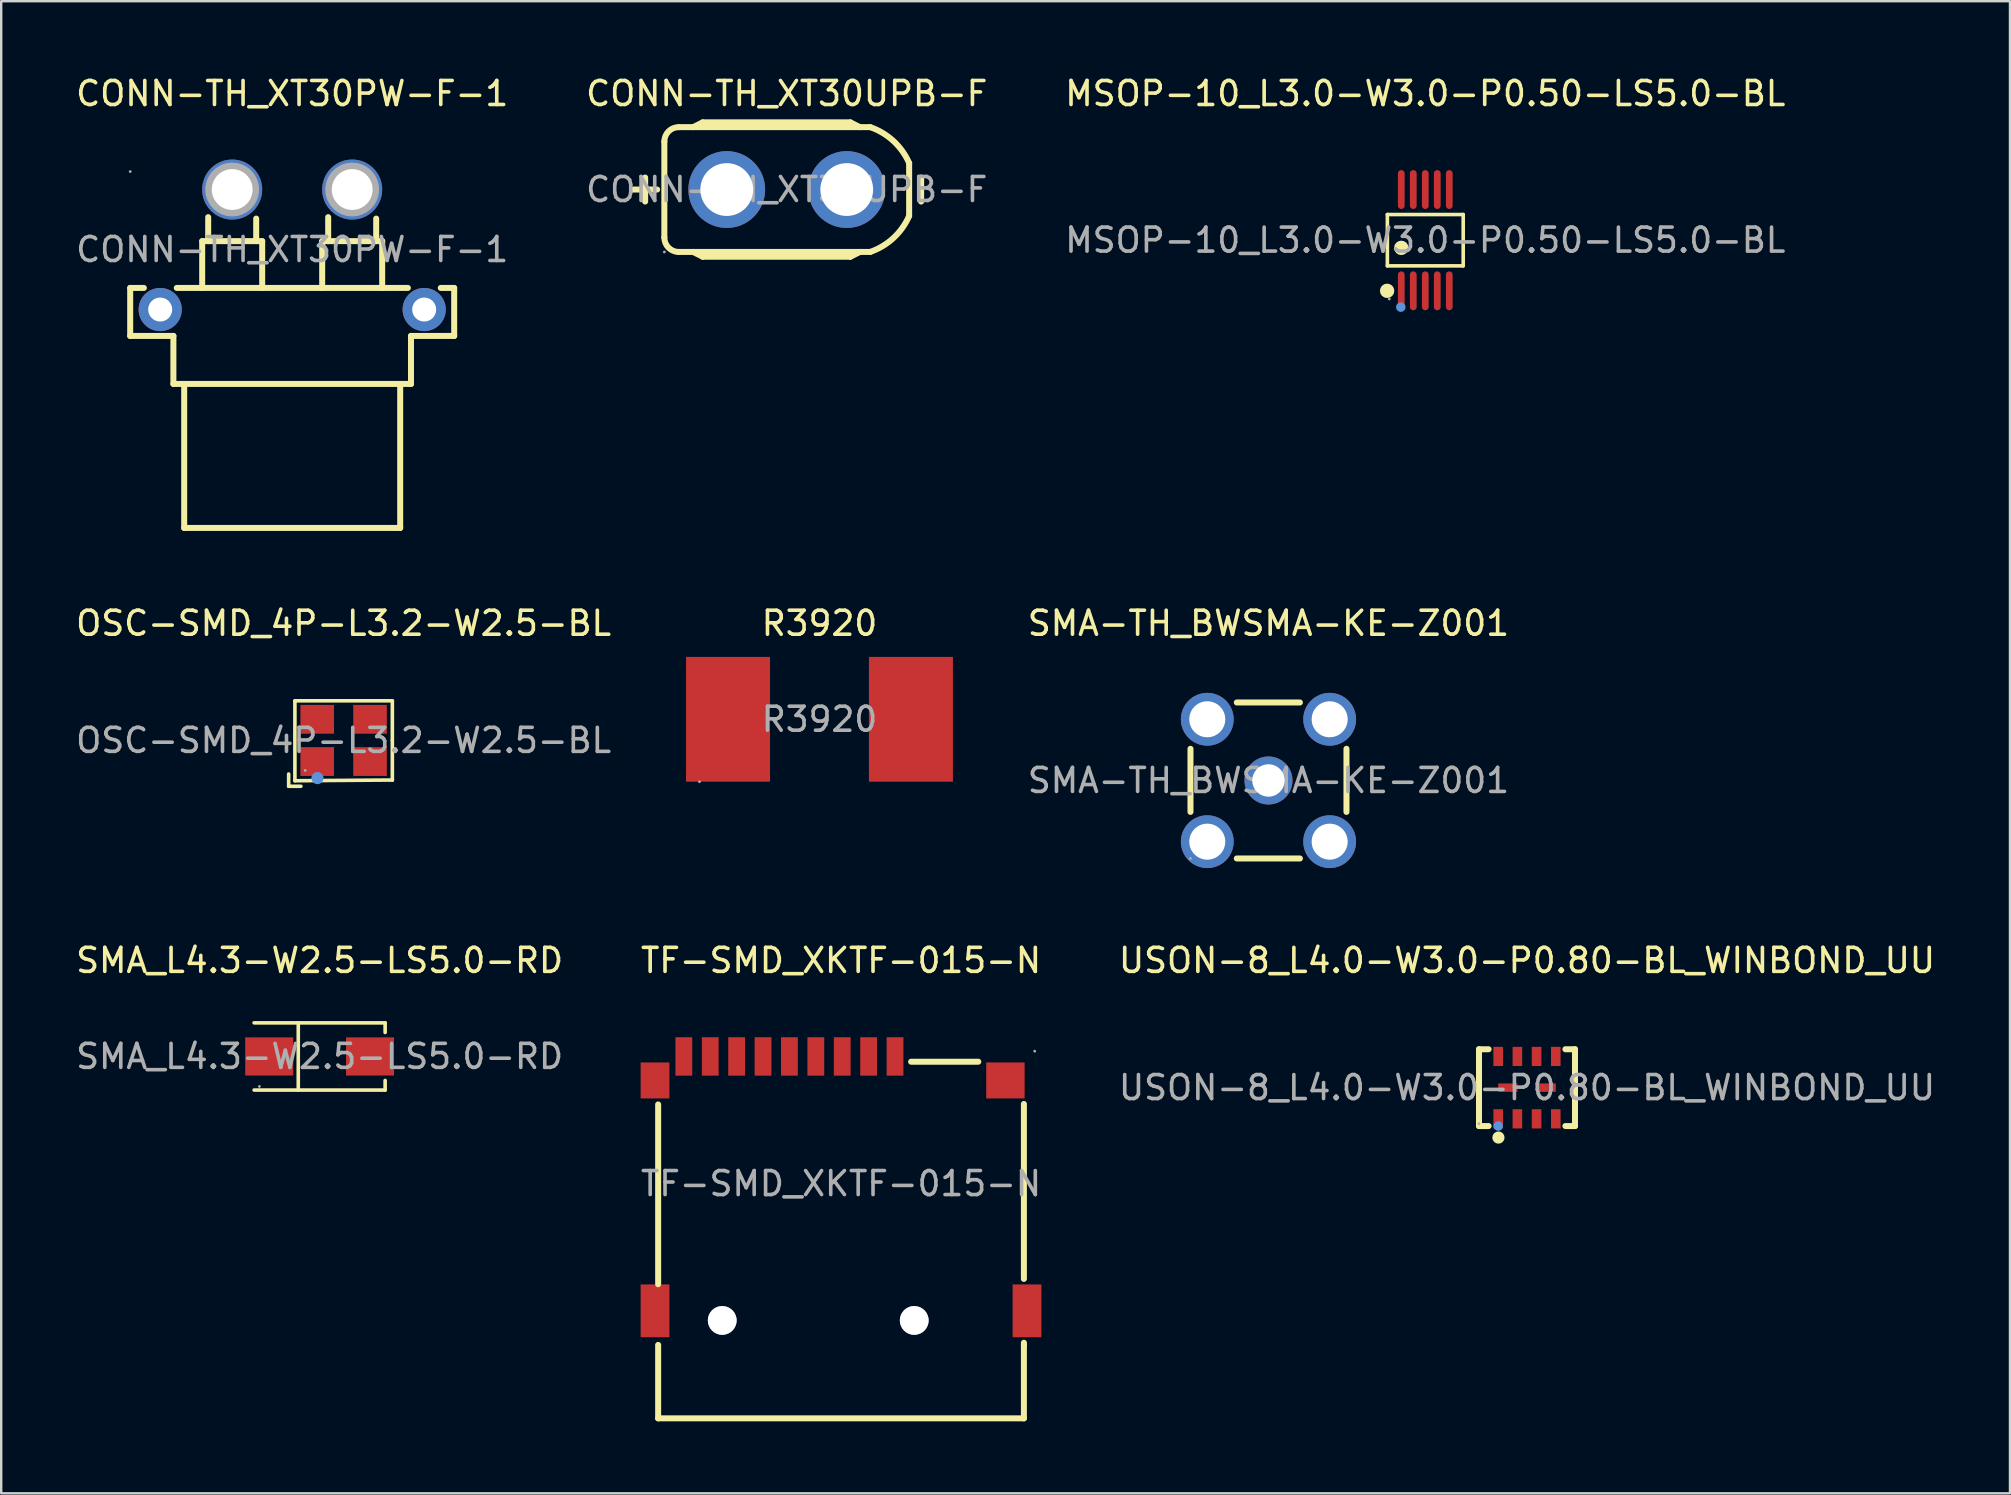
<source format=kicad_pcb>
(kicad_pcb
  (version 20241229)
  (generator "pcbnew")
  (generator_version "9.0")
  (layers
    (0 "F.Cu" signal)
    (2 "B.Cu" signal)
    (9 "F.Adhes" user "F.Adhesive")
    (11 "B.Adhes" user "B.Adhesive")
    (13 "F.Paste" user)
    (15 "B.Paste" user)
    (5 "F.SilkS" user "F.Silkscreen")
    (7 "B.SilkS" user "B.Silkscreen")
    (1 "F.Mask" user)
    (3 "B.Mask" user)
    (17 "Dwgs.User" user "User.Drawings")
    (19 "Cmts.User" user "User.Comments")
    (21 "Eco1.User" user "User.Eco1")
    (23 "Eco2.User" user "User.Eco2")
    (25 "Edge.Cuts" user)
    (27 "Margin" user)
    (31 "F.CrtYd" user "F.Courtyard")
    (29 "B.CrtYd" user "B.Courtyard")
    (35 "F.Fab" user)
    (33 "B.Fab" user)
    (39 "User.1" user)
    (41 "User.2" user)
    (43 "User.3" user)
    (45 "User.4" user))
  (footprint "R3920"
    (layer "F.Cu")
    (at 31.096 26.922)
    (property "Reference" "R3920" (at 0 -4 0) (layer "F.SilkS") (effects (font (size 1 1) (thickness 0.15))))
    (attr smd)
    (fp_circle (center -5 2.6) (end -4.97 2.6) (stroke (width 0.06) (type solid)) (fill no) (layer "F.Fab"))
    (fp_text user "${REFERENCE}" (at 0 0 0) (layer "F.Fab") (effects (font (size 1 1) (thickness 0.15))))
    (pad "1" smd rect (at -3.81 0) (size 3.5 5.2) (layers "F.Cu" "F.Mask" "F.Paste"))
    (pad "2" smd rect (at 3.81 0) (size 3.5 5.2) (layers "F.Cu" "F.Mask" "F.Paste")))
  (footprint "OSC-SMD_4P-L3.2-W2.5-BL"
    (layer "F.Cu")
    (at 11.268 27.802)
    (property "Reference" "OSC-SMD_4P-L3.2-W2.5-BL" (at 0 -4.88 0) (layer "F.SilkS") (effects (font (size 1 1) (thickness 0.15))))
    (attr smd)
    (fp_line (start -2.29 1.4) (end -2.29 1.91) (stroke (width 0.15) (type solid)) (layer "F.SilkS"))
    (fp_line (start -2.29 1.91) (end -1.78 1.91) (stroke (width 0.15) (type solid)) (layer "F.SilkS"))
    (fp_line (start -2.03 -1.65) (end 2.03 -1.65) (stroke (width 0.15) (type solid)) (layer "F.SilkS"))
    (fp_line (start -2.03 1.68) (end -2.03 -1.65) (stroke (width 0.15) (type solid)) (layer "F.SilkS"))
    (fp_line (start 2.03 -1.65) (end 2.03 0) (stroke (width 0.15) (type solid)) (layer "F.SilkS"))
    (fp_line (start 2.03 0) (end 2.03 1.65) (stroke (width 0.15) (type solid)) (layer "F.SilkS"))
    (fp_line (start 2.03 1.65) (end -2.03 1.68) (stroke (width 0.15) (type solid)) (layer "F.SilkS"))
    (fp_line (start 2.03 1.65) (end 2.03 1.65) (stroke (width 0.15) (type solid)) (layer "F.SilkS"))
    (fp_circle (center -1.09 1.57) (end -0.96 1.57) (stroke (width 0.25) (type solid)) (fill no) (layer "Cmts.User"))
    (fp_circle (center -1.6 1.25) (end -1.57 1.25) (stroke (width 0.06) (type solid)) (fill no) (layer "F.Fab"))
    (fp_text user "${REFERENCE}" (at 0 0 0) (layer "F.Fab") (effects (font (size 1 1) (thickness 0.15))))
    (pad "1" smd rect (at -1.1 0.88) (size 1.4 1.2) (layers "F.Cu" "F.Mask" "F.Paste"))
    (pad "2" smd rect (at 1.1 0.88) (size 1.4 1.2) (layers "F.Cu" "F.Mask" "F.Paste"))
    (pad "3" smd rect (at 1.1 -0.88) (size 1.4 1.2) (layers "F.Cu" "F.Mask" "F.Paste"))
    (pad "4" smd rect (at -1.1 -0.88) (size 1.4 1.2) (layers "F.Cu" "F.Mask" "F.Paste")))
  (footprint "MSOP-10_L3.0-W3.0-P0.50-LS5.0-BL"
    (layer "F.Cu")
    (at 56.339 6.958)
    (property "Reference" "MSOP-10_L3.0-W3.0-P0.50-LS5.0-BL" (at 0 -6.11 0) (layer "F.SilkS") (effects (font (size 1 1) (thickness 0.15))))
    (attr smd)
    (fp_line (start -1.58 -1.07) (end 1.58 -1.07) (stroke (width 0.15) (type solid)) (layer "F.SilkS"))
    (fp_line (start -1.58 1.07) (end -1.58 -1.07) (stroke (width 0.15) (type solid)) (layer "F.SilkS"))
    (fp_line (start 1.58 -1.07) (end 1.58 1.07) (stroke (width 0.15) (type solid)) (layer "F.SilkS"))
    (fp_line (start 1.58 1.07) (end -1.58 1.07) (stroke (width 0.15) (type solid)) (layer "F.SilkS"))
    (fp_circle (center -1.59 2.11) (end -1.44 2.11) (stroke (width 0.3) (type solid)) (fill no) (layer "F.SilkS"))
    (fp_circle (center -1 0.32) (end -0.85 0.32) (stroke (width 0.3) (type solid)) (fill no) (layer "F.SilkS"))
    (fp_circle (center -1.02 2.79) (end -0.92 2.79) (stroke (width 0.2) (type solid)) (fill no) (layer "Cmts.User"))
    (fp_circle (center -1.5 2.45) (end -1.47 2.45) (stroke (width 0.06) (type solid)) (fill no) (layer "F.Fab"))
    (fp_text user "${REFERENCE}" (at 0 0 0) (layer "F.Fab") (effects (font (size 1 1) (thickness 0.15))))
    (pad "1" smd oval (at -1 2.11) (size 0.28 1.62) (layers "F.Cu" "F.Mask" "F.Paste"))
    (pad "2" smd oval (at -0.5 2.11) (size 0.28 1.62) (layers "F.Cu" "F.Mask" "F.Paste"))
    (pad "3" smd oval (at 0 2.11) (size 0.28 1.62) (layers "F.Cu" "F.Mask" "F.Paste"))
    (pad "4" smd oval (at 0.5 2.11) (size 0.28 1.62) (layers "F.Cu" "F.Mask" "F.Paste"))
    (pad "5" smd oval (at 1 2.11) (size 0.28 1.62) (layers "F.Cu" "F.Mask" "F.Paste"))
    (pad "6" smd oval (at 1 -2.11) (size 0.28 1.62) (layers "F.Cu" "F.Mask" "F.Paste"))
    (pad "7" smd oval (at 0.5 -2.11) (size 0.28 1.62) (layers "F.Cu" "F.Mask" "F.Paste"))
    (pad "8" smd oval (at 0 -2.11) (size 0.28 1.62) (layers "F.Cu" "F.Mask" "F.Paste"))
    (pad "9" smd oval (at -0.5 -2.11) (size 0.28 1.62) (layers "F.Cu" "F.Mask" "F.Paste"))
    (pad "10" smd oval (at -1 -2.11) (size 0.28 1.62) (layers "F.Cu" "F.Mask" "F.Paste")))
  (footprint "SMA-TH_BWSMA-KE-Z001"
    (layer "F.Cu")
    (at 49.805 29.471)
    (property "Reference" "SMA-TH_BWSMA-KE-Z001" (at 0 -6.55 0) (layer "F.SilkS") (effects (font (size 1 1) (thickness 0.15))))
    (attr through_hole)
    (fp_line (start -3.25 -1.32) (end -3.25 1.31) (stroke (width 0.25) (type solid)) (layer "F.SilkS"))
    (fp_line (start -1.32 3.25) (end 1.31 3.25) (stroke (width 0.25) (type solid)) (layer "F.SilkS"))
    (fp_line (start 1.31 -3.25) (end -1.32 -3.25) (stroke (width 0.25) (type solid)) (layer "F.SilkS"))
    (fp_line (start 3.25 1.31) (end 3.25 -1.32) (stroke (width 0.25) (type solid)) (layer "F.SilkS"))
    (fp_circle (center -3.25 3.25) (end -3.22 3.25) (stroke (width 0.06) (type solid)) (fill no) (layer "F.Fab"))
    (fp_circle (center 0 0) (end 0.21 0) (stroke (width 0.42) (type solid)) (fill no) (layer "F.Fab"))
    (fp_text user "${REFERENCE}" (at 0 0 0) (layer "F.Fab") (effects (font (size 1 1) (thickness 0.15))))
    (pad "1" thru_hole circle (at -2.55 2.55) (size 2.2 2.2) (drill 1.5) (layers "*.Cu" "*.Mask"))
    (pad "2" thru_hole circle (at -2.55 -2.55) (size 2.2 2.2) (drill 1.5) (layers "*.Cu" "*.Mask"))
    (pad "3" thru_hole circle (at 2.55 -2.55) (size 2.2 2.2) (drill 1.5) (layers "*.Cu" "*.Mask"))
    (pad "4" thru_hole circle (at 2.55 2.55) (size 2.2 2.2) (drill 1.5) (layers "*.Cu" "*.Mask"))
    (pad "5" thru_hole circle (at 0 0) (size 2 2) (drill 1.35) (layers "*.Cu" "*.Mask")))
  (footprint "USON-8_L4.0-W3.0-P0.80-BL_WINBOND_UU"
    (layer "F.Cu")
    (at 60.577 42.27)
    (property "Reference" "USON-8_L4.0-W3.0-P0.80-BL_WINBOND_UU" (at 0 -5.3 0) (layer "F.SilkS") (effects (font (size 1 1) (thickness 0.15))))
    (attr smd)
    (fp_line (start -2 -1.6) (end -2 1.6) (stroke (width 0.25) (type solid)) (layer "F.SilkS"))
    (fp_line (start -2 -1.6) (end -1.6 -1.6) (stroke (width 0.25) (type solid)) (layer "F.SilkS"))
    (fp_line (start -2 1.6) (end -1.6 1.6) (stroke (width 0.25) (type solid)) (layer "F.SilkS"))
    (fp_line (start 2 -1.6) (end 1.6 -1.6) (stroke (width 0.25) (type solid)) (layer "F.SilkS"))
    (fp_line (start 2 1.6) (end 1.6 1.6) (stroke (width 0.25) (type solid)) (layer "F.SilkS"))
    (fp_line (start 2 1.6) (end 2 -1.6) (stroke (width 0.25) (type solid)) (layer "F.SilkS"))
    (fp_circle (center -1.19 2.08) (end -1.06 2.08) (stroke (width 0.25) (type solid)) (fill no) (layer "F.SilkS"))
    (fp_circle (center -1.2 1.6) (end -1.1 1.6) (stroke (width 0.2) (type solid)) (fill no) (layer "Cmts.User"))
    (fp_circle (center -2 1.5) (end -1.97 1.5) (stroke (width 0.06) (type solid)) (fill no) (layer "F.Fab"))
    (fp_text user "${REFERENCE}" (at 0 0 0) (layer "F.Fab") (effects (font (size 1 1) (thickness 0.15))))
    (pad "1" smd rect (at -1.2 1.3) (size 0.4 0.8) (layers "F.Cu" "F.Mask" "F.Paste"))
    (pad "2" smd rect (at -0.4 1.3) (size 0.4 0.8) (layers "F.Cu" "F.Mask" "F.Paste"))
    (pad "3" smd rect (at 0.4 1.3) (size 0.4 0.8) (layers "F.Cu" "F.Mask" "F.Paste"))
    (pad "4" smd rect (at 1.2 1.3) (size 0.4 0.8) (layers "F.Cu" "F.Mask" "F.Paste"))
    (pad "5" smd rect (at 1.2 -1.3) (size 0.4 0.8) (layers "F.Cu" "F.Mask" "F.Paste"))
    (pad "6" smd rect (at 0.4 -1.3) (size 0.4 0.8) (layers "F.Cu" "F.Mask" "F.Paste"))
    (pad "7" smd rect (at -0.4 -1.3) (size 0.4 0.8) (layers "F.Cu" "F.Mask" "F.Paste"))
    (pad "8" smd rect (at -1.2 -1.3) (size 0.4 0.8) (layers "F.Cu" "F.Mask" "F.Paste"))
    (pad "9" smd rect (at -0.8 0 90) (size 0.35 0.8) (layers "F.Cu" "F.Mask" "F.Paste"))
    (pad "10" smd rect (at 0.8 0 90) (size 0.35 0.8) (layers "F.Cu" "F.Mask" "F.Paste")))
  (footprint "SMA_L4.3-W2.5-LS5.0-RD"
    (layer "F.Cu")
    (at 10.268 40.97)
    (property "Reference" "SMA_L4.3-W2.5-LS5.0-RD" (at 0 -4 0) (layer "F.SilkS") (effects (font (size 1 1) (thickness 0.15))))
    (attr smd)
    (fp_line (start -2.73 -1.4) (end 2.73 -1.4) (stroke (width 0.15) (type solid)) (layer "F.SilkS"))
    (fp_line (start -2.73 1.4) (end 2.73 1.4) (stroke (width 0.15) (type solid)) (layer "F.SilkS"))
    (fp_line (start -0.89 -1.4) (end -0.89 1.4) (stroke (width 0.15) (type solid)) (layer "F.SilkS"))
    (fp_line (start 2.73 -1.4) (end 2.73 -1) (stroke (width 0.15) (type solid)) (layer "F.SilkS"))
    (fp_line (start 2.73 1.4) (end 2.73 1) (stroke (width 0.15) (type solid)) (layer "F.SilkS"))
    (fp_circle (center -2.51 1.25) (end -2.48 1.25) (stroke (width 0.06) (type solid)) (fill no) (layer "F.Fab"))
    (fp_text user "${REFERENCE}" (at 0 0 0) (layer "F.Fab") (effects (font (size 1 1) (thickness 0.15))))
    (pad "1" smd rect (at -2.1 0 180) (size 2 1.59) (layers "F.Cu" "F.Mask" "F.Paste"))
    (pad "2" smd rect (at 2.1 0 180) (size 2 1.59) (layers "F.Cu" "F.Mask" "F.Paste")))
  (footprint "TF-SMD_XKTF-015-N"
    (layer "F.Cu")
    (at 31.994 46.27)
    (property "Reference" "TF-SMD_XKTF-015-N" (at 0 -9.3 0) (layer "F.SilkS") (effects (font (size 1 1) (thickness 0.15))))
    (attr smd)
    (fp_line (start -7.62 -3.3) (end -7.62 4.19) (stroke (width 0.25) (type solid)) (layer "F.SilkS"))
    (fp_line (start -7.62 6.72) (end -7.62 9.78) (stroke (width 0.25) (type solid)) (layer "F.SilkS"))
    (fp_line (start -7.62 9.78) (end 7.62 9.78) (stroke (width 0.25) (type solid)) (layer "F.SilkS"))
    (fp_line (start 2.92 -5.08) (end 5.72 -5.08) (stroke (width 0.25) (type solid)) (layer "F.SilkS"))
    (fp_line (start 7.62 3.97) (end 7.62 -3.32) (stroke (width 0.25) (type solid)) (layer "F.SilkS"))
    (fp_line (start 7.62 6.72) (end 7.62 6.63) (stroke (width 0.25) (type solid)) (layer "F.SilkS"))
    (fp_line (start 7.62 9.78) (end 7.62 6.72) (stroke (width 0.25) (type solid)) (layer "F.SilkS"))
    (fp_circle (center -4.95 5.7) (end -4.75 5.7) (stroke (width 0.4) (type solid)) (fill no) (layer "Cmts.User"))
    (fp_circle (center 3.05 5.7) (end 3.25 5.7) (stroke (width 0.4) (type solid)) (fill no) (layer "Cmts.User"))
    (fp_circle (center 8.07 -5.52) (end 8.1 -5.52) (stroke (width 0.06) (type solid)) (fill no) (layer "F.Fab"))
    (fp_text user "${REFERENCE}" (at 0 0 0) (layer "F.Fab") (effects (font (size 1 1) (thickness 0.15))))
    (pad "" thru_hole circle (at -4.95 5.7) (size 1.2 1.2) (drill 1.2) (layers "*.Cu" "*.Mask"))
    (pad "" thru_hole circle (at 3.05 5.7) (size 1.2 1.2) (drill 1.2) (layers "*.Cu" "*.Mask"))
    (pad "1" smd rect (at 2.25 -5.3) (size 0.7 1.6) (layers "F.Cu" "F.Mask" "F.Paste"))
    (pad "2" smd rect (at 1.15 -5.3) (size 0.7 1.6) (layers "F.Cu" "F.Mask" "F.Paste"))
    (pad "3" smd rect (at 0.05 -5.3) (size 0.7 1.6) (layers "F.Cu" "F.Mask" "F.Paste"))
    (pad "4" smd rect (at -1.05 -5.3) (size 0.7 1.6) (layers "F.Cu" "F.Mask" "F.Paste"))
    (pad "5" smd rect (at -2.15 -5.3) (size 0.7 1.6) (layers "F.Cu" "F.Mask" "F.Paste"))
    (pad "6" smd rect (at -3.25 -5.3) (size 0.7 1.6) (layers "F.Cu" "F.Mask" "F.Paste"))
    (pad "7" smd rect (at -4.35 -5.3) (size 0.7 1.6) (layers "F.Cu" "F.Mask" "F.Paste"))
    (pad "8" smd rect (at -5.45 -5.3) (size 0.7 1.6) (layers "F.Cu" "F.Mask" "F.Paste"))
    (pad "9" smd rect (at -6.55 -5.3) (size 0.7 1.6) (layers "F.Cu" "F.Mask" "F.Paste"))
    (pad "10" smd rect (at -7.75 -4.3) (size 1.2 1.5) (layers "F.Cu" "F.Mask" "F.Paste"))
    (pad "11" smd rect (at -7.75 5.3) (size 1.2 2.2) (layers "F.Cu" "F.Mask" "F.Paste"))
    (pad "12" smd rect (at 6.85 -4.3) (size 1.6 1.5) (layers "F.Cu" "F.Mask" "F.Paste"))
    (pad "13" smd rect (at 7.75 5.3) (size 1.2 2.2) (layers "F.Cu" "F.Mask" "F.Paste")))
  (footprint "CONN-TH_XT30PW-F-1"
    (layer "F.Cu")
    (at 9.125 7.348)
    (property "Reference" "CONN-TH_XT30PW-F-1" (at 0 -6.5 0) (layer "F.SilkS") (effects (font (size 1 1) (thickness 0.15))))
    (attr through_hole)
    (fp_line (start -6.75 1.6) (end -6.75 3.6) (stroke (width 0.25) (type solid)) (layer "F.SilkS"))
    (fp_line (start -6.75 3.6) (end -4.95 3.6) (stroke (width 0.25) (type solid)) (layer "F.SilkS"))
    (fp_line (start -6.18 1.6) (end -6.75 1.6) (stroke (width 0.25) (type solid)) (layer "F.SilkS"))
    (fp_line (start -4.95 5.6) (end -4.95 3.6) (stroke (width 0.25) (type solid)) (layer "F.SilkS"))
    (fp_line (start -4.81 1.6) (end 4.82 1.6) (stroke (width 0.25) (type solid)) (layer "F.SilkS"))
    (fp_line (start -4.5 11.6) (end -4.5 5.6) (stroke (width 0.25) (type solid)) (layer "F.SilkS"))
    (fp_line (start -4.5 11.6) (end 4.5 11.6) (stroke (width 0.25) (type solid)) (layer "F.SilkS"))
    (fp_line (start -3.75 -0.35) (end -1.25 -0.35) (stroke (width 0.25) (type solid)) (layer "F.SilkS"))
    (fp_line (start -3.75 1.6) (end -3.75 -0.35) (stroke (width 0.25) (type solid)) (layer "F.SilkS"))
    (fp_line (start -3.5 -0.35) (end -3.5 -1.35) (stroke (width 0.25) (type solid)) (layer "F.SilkS"))
    (fp_line (start -1.5 -0.35) (end -1.5 -1.29) (stroke (width 0.25) (type solid)) (layer "F.SilkS"))
    (fp_line (start -1.25 1.6) (end -1.25 -0.35) (stroke (width 0.25) (type solid)) (layer "F.SilkS"))
    (fp_line (start 1.25 -0.35) (end 3.75 -0.35) (stroke (width 0.25) (type solid)) (layer "F.SilkS"))
    (fp_line (start 1.25 1.6) (end 1.25 -0.35) (stroke (width 0.25) (type solid)) (layer "F.SilkS"))
    (fp_line (start 1.5 -0.35) (end 1.5 -1.35) (stroke (width 0.25) (type solid)) (layer "F.SilkS"))
    (fp_line (start 3.5 -0.35) (end 3.5 -1.29) (stroke (width 0.25) (type solid)) (layer "F.SilkS"))
    (fp_line (start 3.75 1.6) (end 3.75 -0.35) (stroke (width 0.25) (type solid)) (layer "F.SilkS"))
    (fp_line (start 4.5 11.6) (end 4.5 5.6) (stroke (width 0.25) (type solid)) (layer "F.SilkS"))
    (fp_line (start 4.95 5.6) (end -4.95 5.6) (stroke (width 0.25) (type solid)) (layer "F.SilkS"))
    (fp_line (start 4.95 5.6) (end 4.95 3.6) (stroke (width 0.25) (type solid)) (layer "F.SilkS"))
    (fp_line (start 6.19 1.6) (end 6.75 1.6) (stroke (width 0.25) (type solid)) (layer "F.SilkS"))
    (fp_line (start 6.75 1.6) (end 6.75 3.6) (stroke (width 0.25) (type solid)) (layer "F.SilkS"))
    (fp_line (start 6.75 3.6) (end 4.95 3.6) (stroke (width 0.25) (type solid)) (layer "F.SilkS"))
    (fp_circle (center -6.75 -3.25) (end -6.72 -3.25) (stroke (width 0.06) (type solid)) (fill no) (layer "F.Fab"))
    (fp_circle (center -5.5 2.5) (end -5.3 2.5) (stroke (width 0.4) (type solid)) (fill no) (layer "F.Fab"))
    (fp_circle (center -2.5 -2.5) (end -2.13 -2.5) (stroke (width 0.75) (type solid)) (fill no) (layer "F.Fab"))
    (fp_circle (center 2.5 -2.5) (end 2.87 -2.5) (stroke (width 0.75) (type solid)) (fill no) (layer "F.Fab"))
    (fp_circle (center 5.5 2.5) (end 5.7 2.5) (stroke (width 0.4) (type solid)) (fill no) (layer "F.Fab"))
    (fp_text user "${REFERENCE}" (at 0 0 0) (layer "F.Fab") (effects (font (size 1 1) (thickness 0.15))))
    (pad "1" thru_hole circle (at -2.5 -2.5) (size 2.5 2.5) (drill 1.7) (layers "*.Cu" "*.Mask"))
    (pad "2" thru_hole circle (at 2.5 -2.5) (size 2.5 2.5) (drill 1.7) (layers "*.Cu" "*.Mask"))
    (pad "3" thru_hole circle (at 5.5 2.5) (size 1.8 1.8) (drill 1) (layers "*.Cu" "*.Mask"))
    (pad "4" thru_hole circle (at -5.5 2.5) (size 1.8 1.8) (drill 1) (layers "*.Cu" "*.Mask")))
  (footprint "CONN-TH_XT30UPB-F"
    (layer "F.Cu")
    (at 29.732 4.848)
    (property "Reference" "CONN-TH_XT30UPB-F" (at 0 -4 0) (layer "F.SilkS") (effects (font (size 1 1) (thickness 0.15))))
    (attr through_hole)
    (fp_line (start -6.4 0) (end -5.4 0) (stroke (width 0.25) (type solid)) (layer "F.SilkS"))
    (fp_line (start -5.9 0.5) (end -5.9 -0.5) (stroke (width 0.25) (type solid)) (layer "F.SilkS"))
    (fp_line (start -5.1 2) (end -5.1 -2) (stroke (width 0.25) (type solid)) (layer "F.SilkS"))
    (fp_line (start -4.5 -2.6) (end 3.48 -2.6) (stroke (width 0.25) (type solid)) (layer "F.SilkS"))
    (fp_line (start -4.5 2.6) (end 3.48 2.6) (stroke (width 0.25) (type solid)) (layer "F.SilkS"))
    (fp_line (start -3.9 -2.6) (end -3.5 -2.8) (stroke (width 0.25) (type solid)) (layer "F.SilkS"))
    (fp_line (start -3.9 2.6) (end -3.5 2.8) (stroke (width 0.25) (type solid)) (layer "F.SilkS"))
    (fp_line (start 2.65 -2.8) (end -3.5 -2.8) (stroke (width 0.25) (type solid)) (layer "F.SilkS"))
    (fp_line (start 2.65 2.8) (end -3.5 2.8) (stroke (width 0.25) (type solid)) (layer "F.SilkS"))
    (fp_line (start 3.05 -2.6) (end 2.65 -2.8) (stroke (width 0.25) (type solid)) (layer "F.SilkS"))
    (fp_line (start 3.05 2.6) (end 2.65 2.8) (stroke (width 0.25) (type solid)) (layer "F.SilkS"))
    (fp_line (start 5.1 1.1) (end 5.1 -1.1) (stroke (width 0.25) (type solid)) (layer "F.SilkS"))
    (fp_line (start 5.6 0.5) (end 5.6 -0.5) (stroke (width 0.25) (type solid)) (layer "F.SilkS"))
    (fp_arc (start -5.1 -2) (mid -4.924264 -2.424264) (end -4.5 -2.6) (stroke (width 0.25) (type solid)) (layer "F.SilkS"))
    (fp_arc (start -4.5 2.6) (mid -4.924264 2.424264) (end -5.1 2) (stroke (width 0.25) (type solid)) (layer "F.SilkS"))
    (fp_arc (start 3.48 -2.6) (mid 4.447927 -2.020111) (end 5.101698 -1.100472) (stroke (width 0.25) (type solid)) (layer "F.SilkS"))
    (fp_arc (start 5.1 1.1) (mid 4.446561 2.018997) (end 3.479196 2.598432) (stroke (width 0.25) (type solid)) (layer "F.SilkS"))
    (fp_circle (center -5.1 2.6) (end -5.07 2.6) (stroke (width 0.06) (type solid)) (fill no) (layer "F.Fab"))
    (fp_circle (center -2.5 0) (end -2.1 0) (stroke (width 0.8) (type solid)) (fill no) (layer "F.Fab"))
    (fp_circle (center 2.5 0) (end 2.9 0) (stroke (width 0.8) (type solid)) (fill no) (layer "F.Fab"))
    (fp_text user "${REFERENCE}" (at 0 0 0) (layer "F.Fab") (effects (font (size 1 1) (thickness 0.15))))
    (pad "1" thru_hole circle (at -2.5 0 90) (size 3.2 3.2) (drill 2.2) (layers "*.Cu" "*.Mask"))
    (pad "2" thru_hole circle (at 2.5 0 90) (size 3.2 3.2) (drill 2.2) (layers "*.Cu" "*.Mask")))
  (gr_rect
    (start -3 -3)
    (end 80.702 59.175)
    (stroke (width 0.1) (type default))
    (fill no)
    (layer "Edge.Cuts")))
</source>
